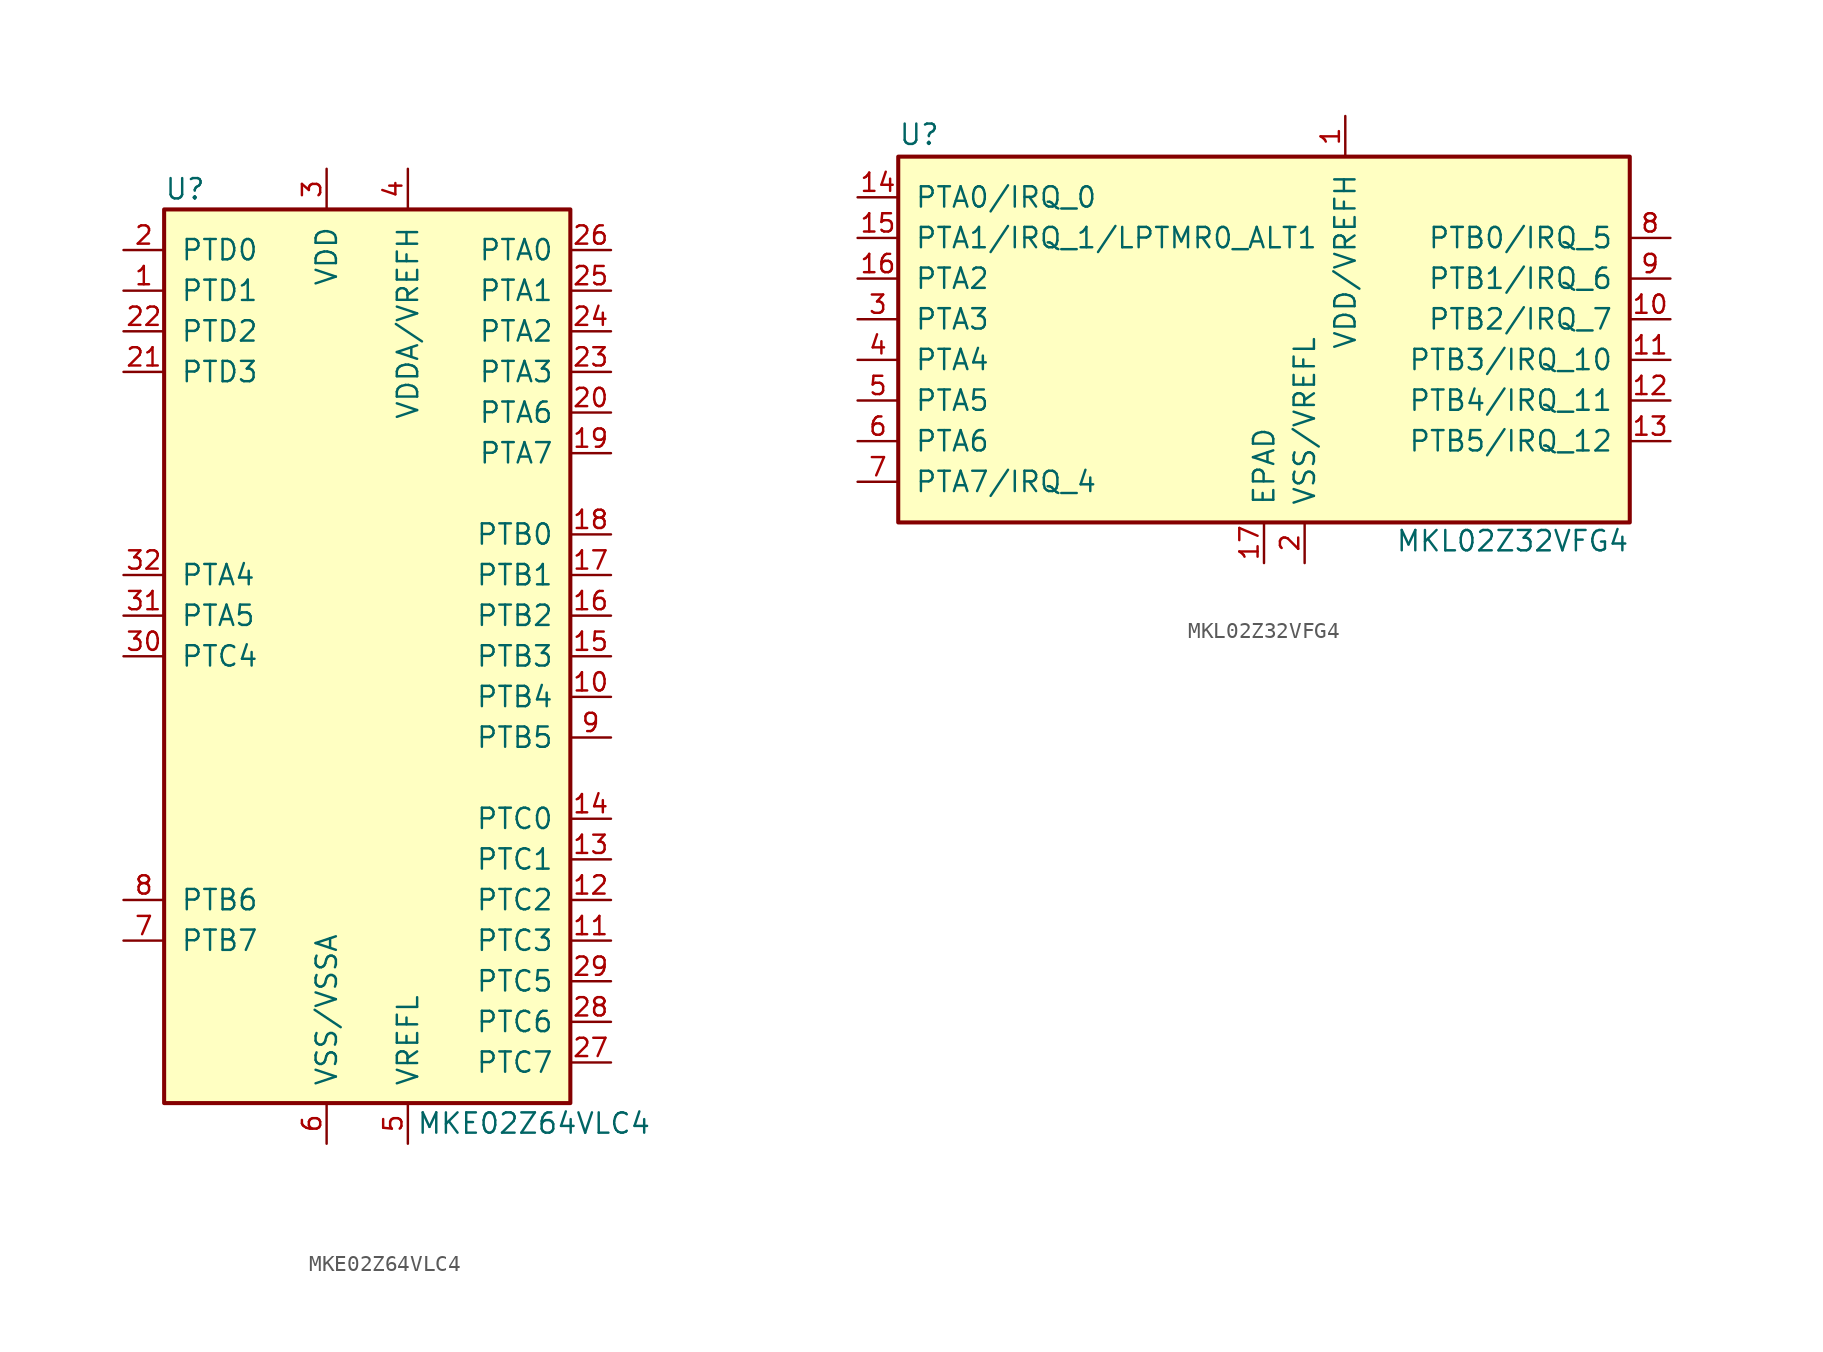
<source format=kicad_sym>
(kicad_symbol_lib
  (version 20220914)
  (generator kicad_symbol_editor)
  (symbol "MKE02Z64VLC4"
    (pin_names
      (offset 1.016))
    (property "Reference" "U"
      (at -12.7 29.21 0)
      (effects (font (size 1.27 1.27)) (justify left)))
    (property "Value" "MKE02Z64VLC4"
      (at 17.78 -29.21 0)
      (effects (font (size 1.27 1.27)) (justify right)))
    (symbol "MKE02Z64VLC4_0_1"
      (rectangle (start -12.7 27.94) (end 12.7 -27.94) (stroke (width 0.254) (type default)) (fill (type background))))
    (symbol "MKE02Z64VLC4_1_1"
      (pin bidirectional line (at -15.24 22.86 0) (length 2.54) (name "PTD1" (effects (font (size 1.27 1.27)))) (number "1" (effects (font (size 1.143 1.143)))))
      (pin bidirectional line (at 15.24 -2.54 180) (length 2.54) (name "PTB4" (effects (font (size 1.27 1.27)))) (number "10" (effects (font (size 1.143 1.143)))))
      (pin bidirectional line (at 15.24 -17.78 180) (length 2.54) (name "PTC3" (effects (font (size 1.27 1.27)))) (number "11" (effects (font (size 1.143 1.143)))))
      (pin bidirectional line (at 15.24 -15.24 180) (length 2.54) (name "PTC2" (effects (font (size 1.27 1.27)))) (number "12" (effects (font (size 1.143 1.143)))))
      (pin bidirectional line (at 15.24 -12.7 180) (length 2.54) (name "PTC1" (effects (font (size 1.27 1.27)))) (number "13" (effects (font (size 1.143 1.143)))))
      (pin bidirectional line (at 15.24 -10.16 180) (length 2.54) (name "PTC0" (effects (font (size 1.27 1.27)))) (number "14" (effects (font (size 1.143 1.143)))))
      (pin bidirectional line (at 15.24 0 180) (length 2.54) (name "PTB3" (effects (font (size 1.27 1.27)))) (number "15" (effects (font (size 1.143 1.143)))))
      (pin bidirectional line (at 15.24 2.54 180) (length 2.54) (name "PTB2" (effects (font (size 1.27 1.27)))) (number "16" (effects (font (size 1.143 1.143)))))
      (pin bidirectional line (at 15.24 5.08 180) (length 2.54) (name "PTB1" (effects (font (size 1.27 1.27)))) (number "17" (effects (font (size 1.143 1.143)))))
      (pin bidirectional line (at 15.24 7.62 180) (length 2.54) (name "PTB0" (effects (font (size 1.27 1.27)))) (number "18" (effects (font (size 1.143 1.143)))))
      (pin bidirectional line (at 15.24 12.7 180) (length 2.54) (name "PTA7" (effects (font (size 1.27 1.27)))) (number "19" (effects (font (size 1.143 1.143)))))
      (pin bidirectional line (at -15.24 25.4 0) (length 2.54) (name "PTD0" (effects (font (size 1.27 1.27)))) (number "2" (effects (font (size 1.143 1.143)))))
      (pin bidirectional line (at 15.24 15.24 180) (length 2.54) (name "PTA6" (effects (font (size 1.27 1.27)))) (number "20" (effects (font (size 1.143 1.143)))))
      (pin bidirectional line (at -15.24 17.78 0) (length 2.54) (name "PTD3" (effects (font (size 1.27 1.27)))) (number "21" (effects (font (size 1.143 1.143)))))
      (pin bidirectional line (at -15.24 20.32 0) (length 2.54) (name "PTD2" (effects (font (size 1.27 1.27)))) (number "22" (effects (font (size 1.143 1.143)))))
      (pin bidirectional line (at 15.24 17.78 180) (length 2.54) (name "PTA3" (effects (font (size 1.27 1.27)))) (number "23" (effects (font (size 1.143 1.143)))))
      (pin bidirectional line (at 15.24 20.32 180) (length 2.54) (name "PTA2" (effects (font (size 1.27 1.27)))) (number "24" (effects (font (size 1.143 1.143)))))
      (pin bidirectional line (at 15.24 22.86 180) (length 2.54) (name "PTA1" (effects (font (size 1.27 1.27)))) (number "25" (effects (font (size 1.143 1.143)))))
      (pin bidirectional line (at 15.24 25.4 180) (length 2.54) (name "PTA0" (effects (font (size 1.27 1.27)))) (number "26" (effects (font (size 1.143 1.143)))))
      (pin bidirectional line (at 15.24 -25.4 180) (length 2.54) (name "PTC7" (effects (font (size 1.27 1.27)))) (number "27" (effects (font (size 1.143 1.143)))))
      (pin bidirectional line (at 15.24 -22.86 180) (length 2.54) (name "PTC6" (effects (font (size 1.27 1.27)))) (number "28" (effects (font (size 1.143 1.143)))))
      (pin bidirectional line (at 15.24 -20.32 180) (length 2.54) (name "PTC5" (effects (font (size 1.27 1.27)))) (number "29" (effects (font (size 1.143 1.143)))))
      (pin power_in line (at -2.54 30.48 270) (length 2.54) (name "VDD" (effects (font (size 1.27 1.27)))) (number "3" (effects (font (size 1.143 1.143)))))
      (pin bidirectional line (at -15.24 0 0) (length 2.54) (name "PTC4" (effects (font (size 1.27 1.27)))) (number "30" (effects (font (size 1.143 1.143)))))
      (pin bidirectional line (at -15.24 2.54 0) (length 2.54) (name "PTA5" (effects (font (size 1.27 1.27)))) (number "31" (effects (font (size 1.143 1.143)))))
      (pin bidirectional line (at -15.24 5.08 0) (length 2.54) (name "PTA4" (effects (font (size 1.27 1.27)))) (number "32" (effects (font (size 1.143 1.143)))))
      (pin power_in line (at 2.54 30.48 270) (length 2.54) (name "VDDA/VREFH" (effects (font (size 1.27 1.27)))) (number "4" (effects (font (size 1.143 1.143)))))
      (pin power_in line (at 2.54 -30.48 90) (length 2.54) (name "VREFL" (effects (font (size 1.27 1.27)))) (number "5" (effects (font (size 1.143 1.143)))))
      (pin power_in line (at -2.54 -30.48 90) (length 2.54) (name "VSS/VSSA" (effects (font (size 1.27 1.27)))) (number "6" (effects (font (size 1.143 1.143)))))
      (pin bidirectional line (at -15.24 -17.78 0) (length 2.54) (name "PTB7" (effects (font (size 1.27 1.27)))) (number "7" (effects (font (size 1.143 1.143)))))
      (pin bidirectional line (at -15.24 -15.24 0) (length 2.54) (name "PTB6" (effects (font (size 1.27 1.27)))) (number "8" (effects (font (size 1.143 1.143)))))
      (pin bidirectional line (at 15.24 -5.08 180) (length 2.54) (name "PTB5" (effects (font (size 1.27 1.27)))) (number "9" (effects (font (size 1.143 1.143)))))))
  (symbol "MKL02Z32VFG4"
    (pin_names
      (offset 1.016))
    (property "Reference" "U"
      (at -22.86 10.795 0)
      (effects (font (size 1.27 1.27)) (justify left bottom)))
    (property "Value" "MKL02Z32VFG4"
      (at 22.86 -14.605 0)
      (effects (font (size 1.27 1.27)) (justify right bottom)))
    (symbol "MKL02Z32VFG4_0_1"
      (rectangle (start -22.86 10.16) (end 22.86 -12.7) (stroke (width 0.254) (type default)) (fill (type background))))
    (symbol "MKL02Z32VFG4_1_1"
      (pin power_in line (at 5.08 12.7 270) (length 2.54) (name "VDD/VREFH" (effects (font (size 1.27 1.27)))) (number "1" (effects (font (size 1.143 1.143)))))
      (pin bidirectional line (at 25.4 0 180) (length 2.54) (name "PTB2/IRQ_7" (effects (font (size 1.27 1.27)))) (number "10" (effects (font (size 1.143 1.143)))))
      (pin bidirectional line (at 25.4 -2.54 180) (length 2.54) (name "PTB3/IRQ_10" (effects (font (size 1.27 1.27)))) (number "11" (effects (font (size 1.143 1.143)))))
      (pin bidirectional line (at 25.4 -5.08 180) (length 2.54) (name "PTB4/IRQ_11" (effects (font (size 1.27 1.27)))) (number "12" (effects (font (size 1.143 1.143)))))
      (pin bidirectional line (at 25.4 -7.62 180) (length 2.54) (name "PTB5/IRQ_12" (effects (font (size 1.27 1.27)))) (number "13" (effects (font (size 1.143 1.143)))))
      (pin bidirectional line (at -25.4 7.62 0) (length 2.54) (name "PTA0/IRQ_0" (effects (font (size 1.27 1.27)))) (number "14" (effects (font (size 1.143 1.143)))))
      (pin bidirectional line (at -25.4 5.08 0) (length 2.54) (name "PTA1/IRQ_1/LPTMR0_ALT1" (effects (font (size 1.27 1.27)))) (number "15" (effects (font (size 1.143 1.143)))))
      (pin bidirectional line (at -25.4 2.54 0) (length 2.54) (name "PTA2" (effects (font (size 1.27 1.27)))) (number "16" (effects (font (size 1.143 1.143)))))
      (pin power_in line (at 0 -15.24 90) (length 2.54) (name "EPAD" (effects (font (size 1.27 1.27)))) (number "17" (effects (font (size 1.143 1.143)))))
      (pin power_in line (at 2.54 -15.24 90) (length 2.54) (name "VSS/VREFL" (effects (font (size 1.27 1.27)))) (number "2" (effects (font (size 1.143 1.143)))))
      (pin bidirectional line (at -25.4 0 0) (length 2.54) (name "PTA3" (effects (font (size 1.27 1.27)))) (number "3" (effects (font (size 1.143 1.143)))))
      (pin bidirectional line (at -25.4 -2.54 0) (length 2.54) (name "PTA4" (effects (font (size 1.27 1.27)))) (number "4" (effects (font (size 1.143 1.143)))))
      (pin bidirectional line (at -25.4 -5.08 0) (length 2.54) (name "PTA5" (effects (font (size 1.27 1.27)))) (number "5" (effects (font (size 1.143 1.143)))))
      (pin bidirectional line (at -25.4 -7.62 0) (length 2.54) (name "PTA6" (effects (font (size 1.27 1.27)))) (number "6" (effects (font (size 1.143 1.143)))))
      (pin bidirectional line (at -25.4 -10.16 0) (length 2.54) (name "PTA7/IRQ_4" (effects (font (size 1.27 1.27)))) (number "7" (effects (font (size 1.143 1.143)))))
      (pin bidirectional line (at 25.4 5.08 180) (length 2.54) (name "PTB0/IRQ_5" (effects (font (size 1.27 1.27)))) (number "8" (effects (font (size 1.143 1.143)))))
      (pin bidirectional line (at 25.4 2.54 180) (length 2.54) (name "PTB1/IRQ_6" (effects (font (size 1.27 1.27)))) (number "9" (effects (font (size 1.143 1.143))))))))
</source>
